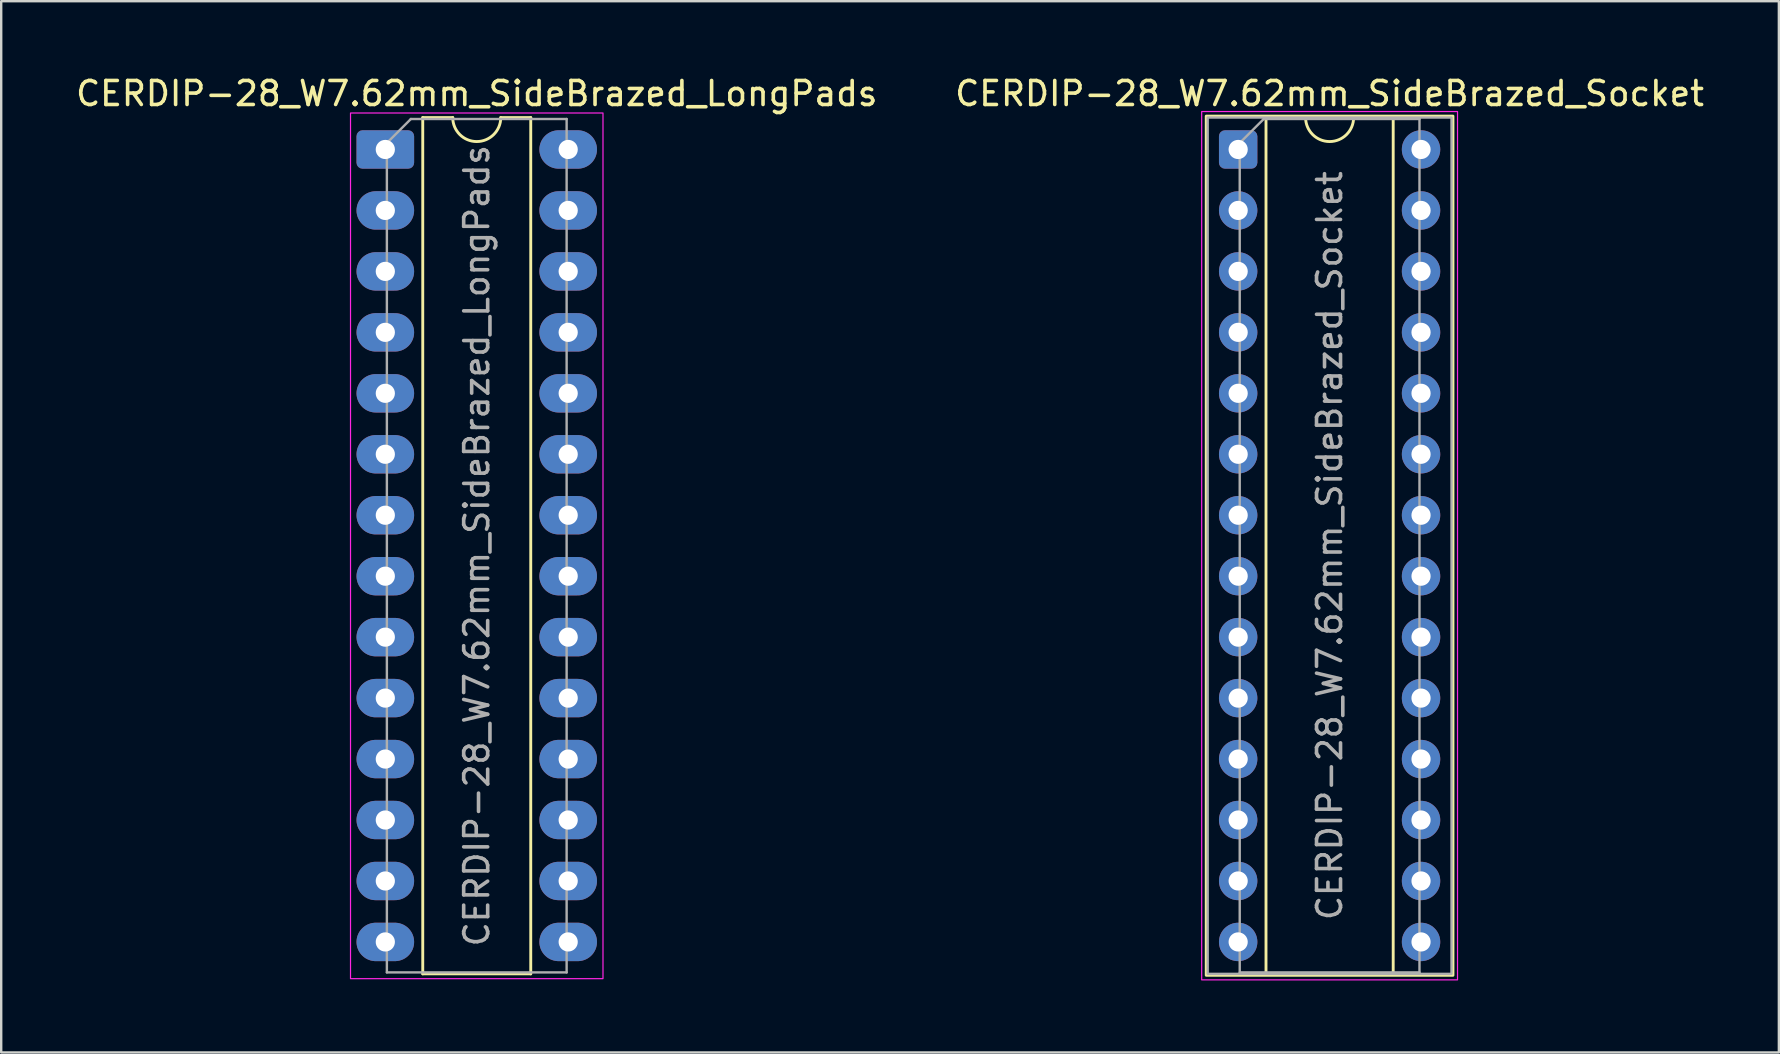
<source format=kicad_pcb>
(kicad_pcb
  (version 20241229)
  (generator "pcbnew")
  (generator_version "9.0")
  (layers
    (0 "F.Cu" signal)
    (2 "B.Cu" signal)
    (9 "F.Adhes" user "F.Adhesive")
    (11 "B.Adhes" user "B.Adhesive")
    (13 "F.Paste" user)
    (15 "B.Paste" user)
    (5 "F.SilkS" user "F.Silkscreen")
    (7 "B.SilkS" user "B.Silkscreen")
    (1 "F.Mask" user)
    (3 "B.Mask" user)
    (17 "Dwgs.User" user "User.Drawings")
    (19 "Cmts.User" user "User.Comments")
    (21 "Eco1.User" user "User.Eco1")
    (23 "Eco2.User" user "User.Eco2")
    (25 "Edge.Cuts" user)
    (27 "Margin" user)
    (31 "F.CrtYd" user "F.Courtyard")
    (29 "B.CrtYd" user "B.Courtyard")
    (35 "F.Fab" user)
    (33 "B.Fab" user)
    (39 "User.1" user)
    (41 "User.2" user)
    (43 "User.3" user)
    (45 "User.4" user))
  (footprint "CERDIP-28_W7.62mm_SideBrazed_LongPads"
    (layer "F.Cu")
    (at 13.005 3.178)
    (property "Reference" "CERDIP-28_W7.62mm_SideBrazed_LongPads" (at 3.81 -2.33 0) (layer "F.SilkS") (effects (font (size 1 1) (thickness 0.15))))
    (attr through_hole)
    (fp_line (start 1.56 -1.33) (end 1.56 34.35) (stroke (width 0.12) (type solid)) (layer "F.SilkS"))
    (fp_line (start 1.56 34.35) (end 6.06 34.35) (stroke (width 0.12) (type solid)) (layer "F.SilkS"))
    (fp_line (start 2.81 -1.33) (end 1.56 -1.33) (stroke (width 0.12) (type solid)) (layer "F.SilkS"))
    (fp_line (start 6.06 -1.33) (end 4.81 -1.33) (stroke (width 0.12) (type solid)) (layer "F.SilkS"))
    (fp_line (start 6.06 34.35) (end 6.06 -1.33) (stroke (width 0.12) (type solid)) (layer "F.SilkS"))
    (fp_arc (start 4.81 -1.33) (mid 3.81 -0.33) (end 2.81 -1.33) (stroke (width 0.12) (type solid)) (layer "F.SilkS"))
    (fp_rect (start -1.45 -1.52) (end 9.07 34.55) (stroke (width 0.05) (type solid)) (fill no) (layer "F.CrtYd"))
    (fp_line (start 0.065 -0.27) (end 1.065 -1.27) (stroke (width 0.1) (type solid)) (layer "F.Fab"))
    (fp_line (start 0.065 34.29) (end 0.065 -0.27) (stroke (width 0.1) (type solid)) (layer "F.Fab"))
    (fp_line (start 1.065 -1.27) (end 7.555 -1.27) (stroke (width 0.1) (type solid)) (layer "F.Fab"))
    (fp_line (start 7.555 -1.27) (end 7.555 34.29) (stroke (width 0.1) (type solid)) (layer "F.Fab"))
    (fp_line (start 7.555 34.29) (end 0.065 34.29) (stroke (width 0.1) (type solid)) (layer "F.Fab"))
    (fp_text user "${REFERENCE}" (at 3.81 16.51 90) (layer "F.Fab") (effects (font (size 1 1) (thickness 0.15))))
    (pad "1" thru_hole roundrect (at 0 0) (size 2.4 1.6) (drill 0.8) (layers "*.Cu" "*.Mask") (roundrect_rratio 0.156))
    (pad "2" thru_hole oval (at 0 2.54) (size 2.4 1.6) (drill 0.8) (layers "*.Cu" "*.Mask"))
    (pad "3" thru_hole oval (at 0 5.08) (size 2.4 1.6) (drill 0.8) (layers "*.Cu" "*.Mask"))
    (pad "4" thru_hole oval (at 0 7.62) (size 2.4 1.6) (drill 0.8) (layers "*.Cu" "*.Mask"))
    (pad "5" thru_hole oval (at 0 10.16) (size 2.4 1.6) (drill 0.8) (layers "*.Cu" "*.Mask"))
    (pad "6" thru_hole oval (at 0 12.7) (size 2.4 1.6) (drill 0.8) (layers "*.Cu" "*.Mask"))
    (pad "7" thru_hole oval (at 0 15.24) (size 2.4 1.6) (drill 0.8) (layers "*.Cu" "*.Mask"))
    (pad "8" thru_hole oval (at 0 17.78) (size 2.4 1.6) (drill 0.8) (layers "*.Cu" "*.Mask"))
    (pad "9" thru_hole oval (at 0 20.32) (size 2.4 1.6) (drill 0.8) (layers "*.Cu" "*.Mask"))
    (pad "10" thru_hole oval (at 0 22.86) (size 2.4 1.6) (drill 0.8) (layers "*.Cu" "*.Mask"))
    (pad "11" thru_hole oval (at 0 25.4) (size 2.4 1.6) (drill 0.8) (layers "*.Cu" "*.Mask"))
    (pad "12" thru_hole oval (at 0 27.94) (size 2.4 1.6) (drill 0.8) (layers "*.Cu" "*.Mask"))
    (pad "13" thru_hole oval (at 0 30.48) (size 2.4 1.6) (drill 0.8) (layers "*.Cu" "*.Mask"))
    (pad "14" thru_hole oval (at 0 33.02) (size 2.4 1.6) (drill 0.8) (layers "*.Cu" "*.Mask"))
    (pad "15" thru_hole oval (at 7.62 33.02) (size 2.4 1.6) (drill 0.8) (layers "*.Cu" "*.Mask"))
    (pad "16" thru_hole oval (at 7.62 30.48) (size 2.4 1.6) (drill 0.8) (layers "*.Cu" "*.Mask"))
    (pad "17" thru_hole oval (at 7.62 27.94) (size 2.4 1.6) (drill 0.8) (layers "*.Cu" "*.Mask"))
    (pad "18" thru_hole oval (at 7.62 25.4) (size 2.4 1.6) (drill 0.8) (layers "*.Cu" "*.Mask"))
    (pad "19" thru_hole oval (at 7.62 22.86) (size 2.4 1.6) (drill 0.8) (layers "*.Cu" "*.Mask"))
    (pad "20" thru_hole oval (at 7.62 20.32) (size 2.4 1.6) (drill 0.8) (layers "*.Cu" "*.Mask"))
    (pad "21" thru_hole oval (at 7.62 17.78) (size 2.4 1.6) (drill 0.8) (layers "*.Cu" "*.Mask"))
    (pad "22" thru_hole oval (at 7.62 15.24) (size 2.4 1.6) (drill 0.8) (layers "*.Cu" "*.Mask"))
    (pad "23" thru_hole oval (at 7.62 12.7) (size 2.4 1.6) (drill 0.8) (layers "*.Cu" "*.Mask"))
    (pad "24" thru_hole oval (at 7.62 10.16) (size 2.4 1.6) (drill 0.8) (layers "*.Cu" "*.Mask"))
    (pad "25" thru_hole oval (at 7.62 7.62) (size 2.4 1.6) (drill 0.8) (layers "*.Cu" "*.Mask"))
    (pad "26" thru_hole oval (at 7.62 5.08) (size 2.4 1.6) (drill 0.8) (layers "*.Cu" "*.Mask"))
    (pad "27" thru_hole oval (at 7.62 2.54) (size 2.4 1.6) (drill 0.8) (layers "*.Cu" "*.Mask"))
    (pad "28" thru_hole oval (at 7.62 0) (size 2.4 1.6) (drill 0.8) (layers "*.Cu" "*.Mask")))
  (footprint "CERDIP-28_W7.62mm_SideBrazed_Socket"
    (layer "F.Cu")
    (at 48.541 3.178)
    (property "Reference" "CERDIP-28_W7.62mm_SideBrazed_Socket" (at 3.81 -2.33 0) (layer "F.SilkS") (effects (font (size 1 1) (thickness 0.15))))
    (attr through_hole)
    (fp_line (start 1.16 -1.33) (end 1.16 34.35) (stroke (width 0.12) (type solid)) (layer "F.SilkS"))
    (fp_line (start 1.16 34.35) (end 6.46 34.35) (stroke (width 0.12) (type solid)) (layer "F.SilkS"))
    (fp_line (start 2.81 -1.33) (end 1.16 -1.33) (stroke (width 0.12) (type solid)) (layer "F.SilkS"))
    (fp_line (start 6.46 -1.33) (end 4.81 -1.33) (stroke (width 0.12) (type solid)) (layer "F.SilkS"))
    (fp_line (start 6.46 34.35) (end 6.46 -1.33) (stroke (width 0.12) (type solid)) (layer "F.SilkS"))
    (fp_rect (start -1.33 -1.39) (end 8.95 34.41) (stroke (width 0.12) (type solid)) (fill no) (layer "F.SilkS"))
    (fp_arc (start 4.81 -1.33) (mid 3.81 -0.33) (end 2.81 -1.33) (stroke (width 0.12) (type solid)) (layer "F.SilkS"))
    (fp_rect (start -1.52 -1.58) (end 9.14 34.6) (stroke (width 0.05) (type solid)) (fill no) (layer "F.CrtYd"))
    (fp_line (start 0.065 -0.27) (end 1.065 -1.27) (stroke (width 0.1) (type solid)) (layer "F.Fab"))
    (fp_line (start 0.065 34.29) (end 0.065 -0.27) (stroke (width 0.1) (type solid)) (layer "F.Fab"))
    (fp_line (start 1.065 -1.27) (end 7.555 -1.27) (stroke (width 0.1) (type solid)) (layer "F.Fab"))
    (fp_line (start 7.555 -1.27) (end 7.555 34.29) (stroke (width 0.1) (type solid)) (layer "F.Fab"))
    (fp_line (start 7.555 34.29) (end 0.065 34.29) (stroke (width 0.1) (type solid)) (layer "F.Fab"))
    (fp_rect (start -1.27 -1.33) (end 8.89 34.35) (stroke (width 0.1) (type solid)) (fill no) (layer "F.Fab"))
    (fp_text user "${REFERENCE}" (at 3.81 16.51 90) (layer "F.Fab") (effects (font (size 1 1) (thickness 0.15))))
    (pad "1" thru_hole roundrect (at 0 0) (size 1.6 1.6) (drill 0.8) (layers "*.Cu" "*.Mask") (roundrect_rratio 0.156))
    (pad "2" thru_hole circle (at 0 2.54) (size 1.6 1.6) (drill 0.8) (layers "*.Cu" "*.Mask"))
    (pad "3" thru_hole circle (at 0 5.08) (size 1.6 1.6) (drill 0.8) (layers "*.Cu" "*.Mask"))
    (pad "4" thru_hole circle (at 0 7.62) (size 1.6 1.6) (drill 0.8) (layers "*.Cu" "*.Mask"))
    (pad "5" thru_hole circle (at 0 10.16) (size 1.6 1.6) (drill 0.8) (layers "*.Cu" "*.Mask"))
    (pad "6" thru_hole circle (at 0 12.7) (size 1.6 1.6) (drill 0.8) (layers "*.Cu" "*.Mask"))
    (pad "7" thru_hole circle (at 0 15.24) (size 1.6 1.6) (drill 0.8) (layers "*.Cu" "*.Mask"))
    (pad "8" thru_hole circle (at 0 17.78) (size 1.6 1.6) (drill 0.8) (layers "*.Cu" "*.Mask"))
    (pad "9" thru_hole circle (at 0 20.32) (size 1.6 1.6) (drill 0.8) (layers "*.Cu" "*.Mask"))
    (pad "10" thru_hole circle (at 0 22.86) (size 1.6 1.6) (drill 0.8) (layers "*.Cu" "*.Mask"))
    (pad "11" thru_hole circle (at 0 25.4) (size 1.6 1.6) (drill 0.8) (layers "*.Cu" "*.Mask"))
    (pad "12" thru_hole circle (at 0 27.94) (size 1.6 1.6) (drill 0.8) (layers "*.Cu" "*.Mask"))
    (pad "13" thru_hole circle (at 0 30.48) (size 1.6 1.6) (drill 0.8) (layers "*.Cu" "*.Mask"))
    (pad "14" thru_hole circle (at 0 33.02) (size 1.6 1.6) (drill 0.8) (layers "*.Cu" "*.Mask"))
    (pad "15" thru_hole circle (at 7.62 33.02) (size 1.6 1.6) (drill 0.8) (layers "*.Cu" "*.Mask"))
    (pad "16" thru_hole circle (at 7.62 30.48) (size 1.6 1.6) (drill 0.8) (layers "*.Cu" "*.Mask"))
    (pad "17" thru_hole circle (at 7.62 27.94) (size 1.6 1.6) (drill 0.8) (layers "*.Cu" "*.Mask"))
    (pad "18" thru_hole circle (at 7.62 25.4) (size 1.6 1.6) (drill 0.8) (layers "*.Cu" "*.Mask"))
    (pad "19" thru_hole circle (at 7.62 22.86) (size 1.6 1.6) (drill 0.8) (layers "*.Cu" "*.Mask"))
    (pad "20" thru_hole circle (at 7.62 20.32) (size 1.6 1.6) (drill 0.8) (layers "*.Cu" "*.Mask"))
    (pad "21" thru_hole circle (at 7.62 17.78) (size 1.6 1.6) (drill 0.8) (layers "*.Cu" "*.Mask"))
    (pad "22" thru_hole circle (at 7.62 15.24) (size 1.6 1.6) (drill 0.8) (layers "*.Cu" "*.Mask"))
    (pad "23" thru_hole circle (at 7.62 12.7) (size 1.6 1.6) (drill 0.8) (layers "*.Cu" "*.Mask"))
    (pad "24" thru_hole circle (at 7.62 10.16) (size 1.6 1.6) (drill 0.8) (layers "*.Cu" "*.Mask"))
    (pad "25" thru_hole circle (at 7.62 7.62) (size 1.6 1.6) (drill 0.8) (layers "*.Cu" "*.Mask"))
    (pad "26" thru_hole circle (at 7.62 5.08) (size 1.6 1.6) (drill 0.8) (layers "*.Cu" "*.Mask"))
    (pad "27" thru_hole circle (at 7.62 2.54) (size 1.6 1.6) (drill 0.8) (layers "*.Cu" "*.Mask"))
    (pad "28" thru_hole circle (at 7.62 0) (size 1.6 1.6) (drill 0.8) (layers "*.Cu" "*.Mask")))
  (gr_rect
    (start -3 -3)
    (end 71.071 40.803)
    (stroke (width 0.1) (type default))
    (fill no)
    (layer "Edge.Cuts")))
</source>
